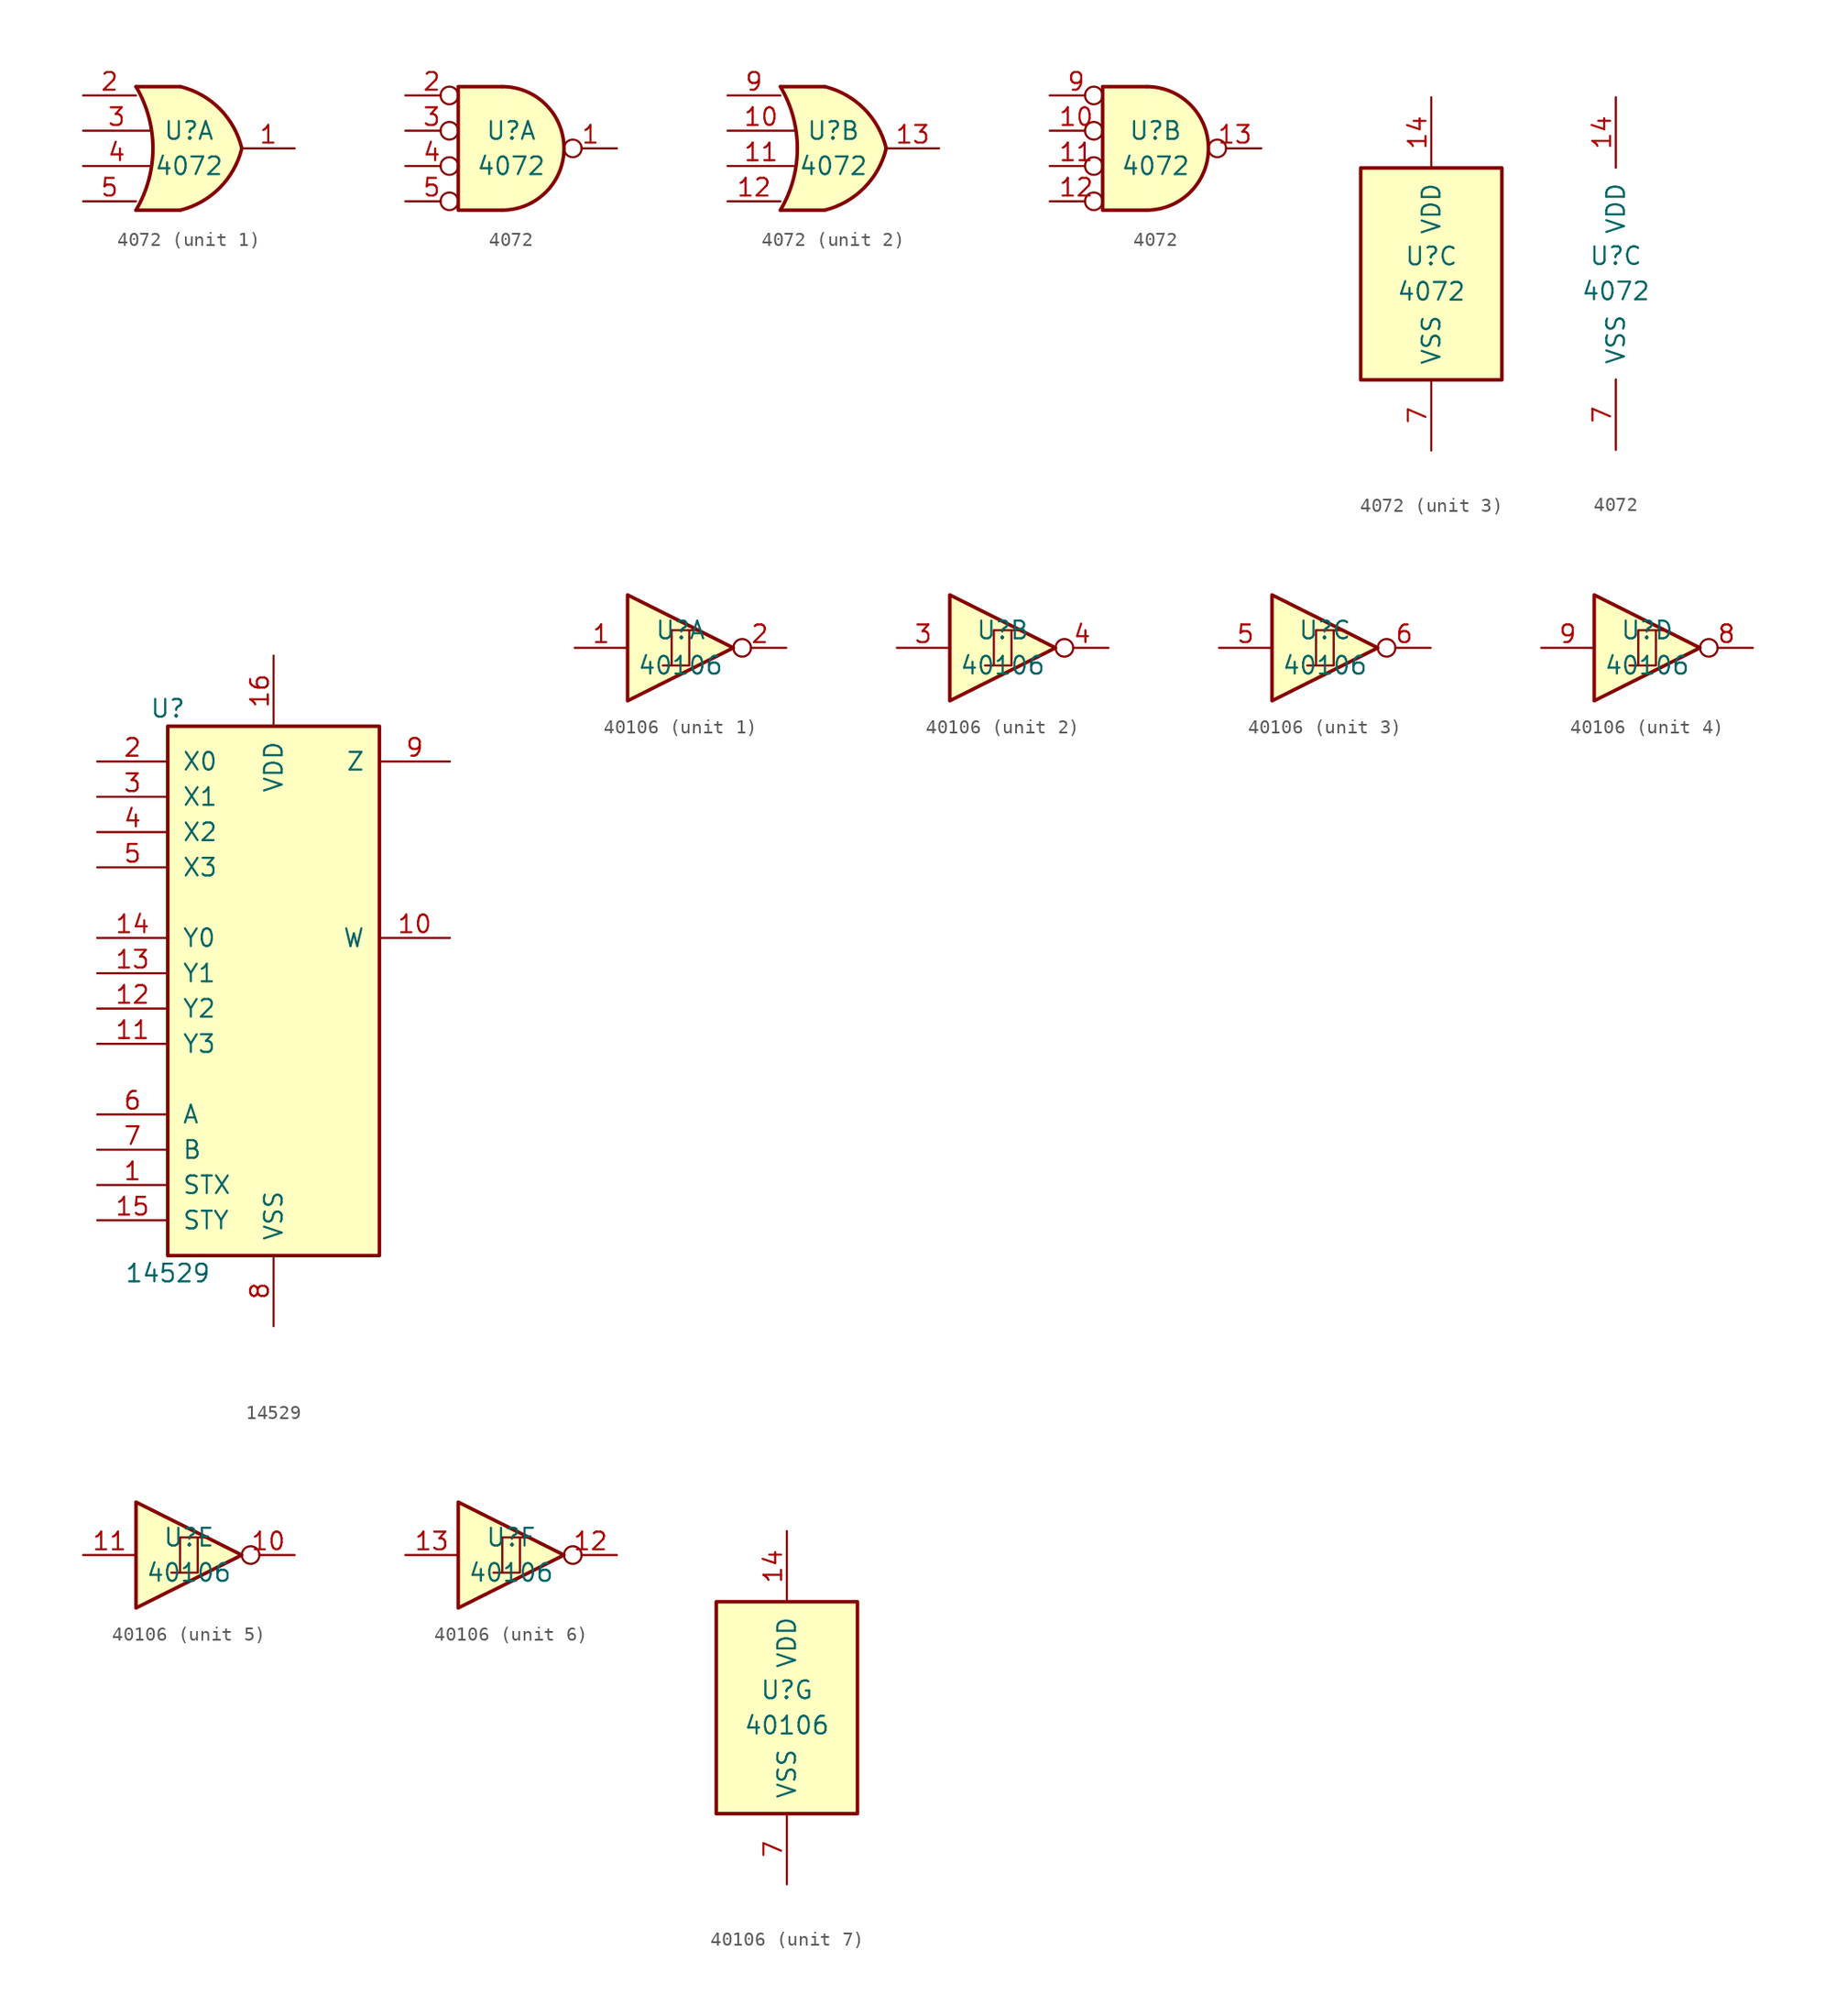
<source format=kicad_sym>
(kicad_symbol_lib
  (version 20200908)
  (generator kicad_symbol_editor)
  (symbol "4xxx:4072"
    (pin_names
      (offset 1.016))
    (property "Reference" "U"
      (at 0 1.27 0)
      (effects (font (size 1.27 1.27))))
    (property "Value" "4072"
      (at 0 -1.27 0)
      (effects (font (size 1.27 1.27))))
    (property "ki_locked" ""
      (at 0 0 0)
      (effects (font (size 1.27 1.27))))
    (symbol "4072_1_1"
      (arc (start -3.81 4.445) (end -3.81 -4.445) (radius (at -11.303 0) (length 8.7122) (angles 30.6 -30.6)) (stroke (width 0.254)) (fill (type none)))
      (arc (start 3.81 0) (end -0.6096 4.445) (radius (at -2.0574 -1.4224) (length 6.0452) (angles 13.7 76.8)) (stroke (width 0.254)) (fill (type background)))
      (arc (start 3.81 0) (end -0.6096 -4.445) (radius (at -2.0574 1.4224) (length 6.0452) (angles -13.7 -76.8)) (stroke (width 0.254)) (fill (type background)))
      (polyline (pts (xy -3.81 -4.445) (xy -0.635 -4.445)) (stroke (width 0.254)) (fill (type background)))
      (polyline (pts (xy -3.81 4.445) (xy -0.635 4.445)) (stroke (width 0.254)) (fill (type background)))
      (polyline (pts (xy -0.635 4.445) (xy -3.81 4.445) (xy -3.81 4.445) (xy -3.632 4.089) (xy -3.099 2.921) (xy -2.769 1.676) (xy -2.616 0.432) (xy -2.642 -0.864) (xy -2.87 -2.108) (xy -3.251 -3.327) (xy -3.81 -4.445) (xy -3.81 -4.445) (xy -0.635 -4.445)) (stroke (width -25.4)) (fill (type background)))
      (pin output line (at 7.62 0 180) (length 3.81) (name "~" (effects (font (size 1.27 1.27)))) (number "1" (effects (font (size 1.27 1.27)))))
      (pin input line (at -7.62 3.81 0) (length 3.81) (name "~" (effects (font (size 1.27 1.27)))) (number "2" (effects (font (size 1.27 1.27)))))
      (pin input line (at -7.62 1.27 0) (length 4.826) (name "~" (effects (font (size 1.27 1.27)))) (number "3" (effects (font (size 1.27 1.27)))))
      (pin input line (at -7.62 -1.27 0) (length 4.826) (name "~" (effects (font (size 1.27 1.27)))) (number "4" (effects (font (size 1.27 1.27)))))
      (pin input line (at -7.62 -3.81 0) (length 3.81) (name "~" (effects (font (size 1.27 1.27)))) (number "5" (effects (font (size 1.27 1.27))))))
    (symbol "4072_2_1"
      (arc (start -3.81 4.445) (end -3.81 -4.445) (radius (at -11.303 0) (length 8.7122) (angles 30.6 -30.6)) (stroke (width 0.254)) (fill (type none)))
      (arc (start 3.81 0) (end -0.6096 4.445) (radius (at -2.0574 -1.4224) (length 6.0452) (angles 13.7 76.8)) (stroke (width 0.254)) (fill (type background)))
      (arc (start 3.81 0) (end -0.6096 -4.445) (radius (at -2.0574 1.4224) (length 6.0452) (angles -13.7 -76.8)) (stroke (width 0.254)) (fill (type background)))
      (polyline (pts (xy -3.81 -4.445) (xy -0.635 -4.445)) (stroke (width 0.254)) (fill (type background)))
      (polyline (pts (xy -3.81 4.445) (xy -0.635 4.445)) (stroke (width 0.254)) (fill (type background)))
      (polyline (pts (xy -0.635 4.445) (xy -3.81 4.445) (xy -3.81 4.445) (xy -3.632 4.089) (xy -3.099 2.921) (xy -2.769 1.676) (xy -2.616 0.432) (xy -2.642 -0.864) (xy -2.87 -2.108) (xy -3.251 -3.327) (xy -3.81 -4.445) (xy -3.81 -4.445) (xy -0.635 -4.445)) (stroke (width -25.4)) (fill (type background)))
      (pin input line (at -7.62 1.27 0) (length 4.826) (name "~" (effects (font (size 1.27 1.27)))) (number "10" (effects (font (size 1.27 1.27)))))
      (pin input line (at -7.62 -1.27 0) (length 4.826) (name "~" (effects (font (size 1.27 1.27)))) (number "11" (effects (font (size 1.27 1.27)))))
      (pin input line (at -7.62 -3.81 0) (length 3.81) (name "~" (effects (font (size 1.27 1.27)))) (number "12" (effects (font (size 1.27 1.27)))))
      (pin output line (at 7.62 0 180) (length 3.81) (name "~" (effects (font (size 1.27 1.27)))) (number "13" (effects (font (size 1.27 1.27)))))
      (pin input line (at -7.62 3.81 0) (length 3.81) (name "~" (effects (font (size 1.27 1.27)))) (number "9" (effects (font (size 1.27 1.27))))))
    (symbol "4072_1_2"
      (arc (start -0.635 -4.445) (end -0.635 4.445) (radius (at -0.635 0) (length 4.445) (angles -89.9 89.9)) (stroke (width 0.254)) (fill (type background)))
      (polyline (pts (xy -0.635 4.445) (xy -3.81 4.445) (xy -3.81 -4.445) (xy -0.635 -4.445)) (stroke (width 0.254)) (fill (type background)))
      (pin output inverted (at 7.62 0 180) (length 3.81) (name "~" (effects (font (size 1.27 1.27)))) (number "1" (effects (font (size 1.27 1.27)))))
      (pin input inverted (at -7.62 3.81 0) (length 3.81) (name "~" (effects (font (size 1.27 1.27)))) (number "2" (effects (font (size 1.27 1.27)))))
      (pin input inverted (at -7.62 1.27 0) (length 3.81) (name "~" (effects (font (size 1.27 1.27)))) (number "3" (effects (font (size 1.27 1.27)))))
      (pin input inverted (at -7.62 -1.27 0) (length 3.81) (name "~" (effects (font (size 1.27 1.27)))) (number "4" (effects (font (size 1.27 1.27)))))
      (pin input inverted (at -7.62 -3.81 0) (length 3.81) (name "~" (effects (font (size 1.27 1.27)))) (number "5" (effects (font (size 1.27 1.27))))))
    (symbol "4072_2_2"
      (arc (start -0.635 -4.445) (end -0.635 4.445) (radius (at -0.635 0) (length 4.445) (angles -89.9 89.9)) (stroke (width 0.254)) (fill (type background)))
      (polyline (pts (xy -0.635 4.445) (xy -3.81 4.445) (xy -3.81 -4.445) (xy -0.635 -4.445)) (stroke (width 0.254)) (fill (type background)))
      (pin input inverted (at -7.62 1.27 0) (length 3.81) (name "~" (effects (font (size 1.27 1.27)))) (number "10" (effects (font (size 1.27 1.27)))))
      (pin input inverted (at -7.62 -1.27 0) (length 3.81) (name "~" (effects (font (size 1.27 1.27)))) (number "11" (effects (font (size 1.27 1.27)))))
      (pin input inverted (at -7.62 -3.81 0) (length 3.81) (name "~" (effects (font (size 1.27 1.27)))) (number "12" (effects (font (size 1.27 1.27)))))
      (pin output inverted (at 7.62 0 180) (length 3.81) (name "~" (effects (font (size 1.27 1.27)))) (number "13" (effects (font (size 1.27 1.27)))))
      (pin input inverted (at -7.62 3.81 0) (length 3.81) (name "~" (effects (font (size 1.27 1.27)))) (number "9" (effects (font (size 1.27 1.27))))))
    (symbol "4072_3_1"
      (rectangle (start -5.08 7.62) (end 5.08 -7.62) (stroke (width 0.254)) (fill (type background))))
    (symbol "4072_3_0"
      (pin power_in line (at 0 12.7 270) (length 5.08) (name "VDD" (effects (font (size 1.27 1.27)))) (number "14" (effects (font (size 1.27 1.27)))))
      (pin power_in line (at 0 -12.7 90) (length 5.08) (name "VSS" (effects (font (size 1.27 1.27)))) (number "7" (effects (font (size 1.27 1.27)))))))
  (symbol "4xxx:14529"
    (pin_names
      (offset 1.016))
    (property "Reference" "U"
      (at -7.62 19.05 0)
      (effects (font (size 1.27 1.27))))
    (property "Value" "14529"
      (at -7.62 -21.59 0)
      (effects (font (size 1.27 1.27))))
    (property "ki_locked" ""
      (at 0 0 0)
      (effects (font (size 1.27 1.27))))
    (symbol "14529_1_1"
      (rectangle (start -7.62 17.78) (end 7.62 -20.32) (stroke (width 0.254)) (fill (type background))))
    (symbol "14529_1_0"
      (pin input line (at -12.7 -15.24 0) (length 5.08) (name "STX" (effects (font (size 1.27 1.27)))) (number "1" (effects (font (size 1.27 1.27)))))
      (pin tri_state line (at 12.7 2.54 180) (length 5.08) (name "W" (effects (font (size 1.27 1.27)))) (number "10" (effects (font (size 1.27 1.27)))))
      (pin input line (at -12.7 -5.08 0) (length 5.08) (name "Y3" (effects (font (size 1.27 1.27)))) (number "11" (effects (font (size 1.27 1.27)))))
      (pin input line (at -12.7 -2.54 0) (length 5.08) (name "Y2" (effects (font (size 1.27 1.27)))) (number "12" (effects (font (size 1.27 1.27)))))
      (pin input line (at -12.7 0 0) (length 5.08) (name "Y1" (effects (font (size 1.27 1.27)))) (number "13" (effects (font (size 1.27 1.27)))))
      (pin input line (at -12.7 2.54 0) (length 5.08) (name "Y0" (effects (font (size 1.27 1.27)))) (number "14" (effects (font (size 1.27 1.27)))))
      (pin input line (at -12.7 -17.78 0) (length 5.08) (name "STY" (effects (font (size 1.27 1.27)))) (number "15" (effects (font (size 1.27 1.27)))))
      (pin power_in line (at 0 22.86 270) (length 5.08) (name "VDD" (effects (font (size 1.27 1.27)))) (number "16" (effects (font (size 1.27 1.27)))))
      (pin input line (at -12.7 15.24 0) (length 5.08) (name "X0" (effects (font (size 1.27 1.27)))) (number "2" (effects (font (size 1.27 1.27)))))
      (pin input line (at -12.7 12.7 0) (length 5.08) (name "X1" (effects (font (size 1.27 1.27)))) (number "3" (effects (font (size 1.27 1.27)))))
      (pin input line (at -12.7 10.16 0) (length 5.08) (name "X2" (effects (font (size 1.27 1.27)))) (number "4" (effects (font (size 1.27 1.27)))))
      (pin input line (at -12.7 7.62 0) (length 5.08) (name "X3" (effects (font (size 1.27 1.27)))) (number "5" (effects (font (size 1.27 1.27)))))
      (pin input line (at -12.7 -10.16 0) (length 5.08) (name "A" (effects (font (size 1.27 1.27)))) (number "6" (effects (font (size 1.27 1.27)))))
      (pin input line (at -12.7 -12.7 0) (length 5.08) (name "B" (effects (font (size 1.27 1.27)))) (number "7" (effects (font (size 1.27 1.27)))))
      (pin power_in line (at 0 -25.4 90) (length 5.08) (name "VSS" (effects (font (size 1.27 1.27)))) (number "8" (effects (font (size 1.27 1.27)))))
      (pin tri_state line (at 12.7 15.24 180) (length 5.08) (name "Z" (effects (font (size 1.27 1.27)))) (number "9" (effects (font (size 1.27 1.27)))))))
  (symbol "4xxx:40106"
    (pin_names
      (offset 1.016))
    (property "Reference" "U"
      (at 0 1.27 0)
      (effects (font (size 1.27 1.27))))
    (property "Value" "40106"
      (at 0 -1.27 0)
      (effects (font (size 1.27 1.27))))
    (property "ki_locked" ""
      (at 0 0 0)
      (effects (font (size 1.27 1.27))))
    (symbol "40106_7_1"
      (rectangle (start -5.08 7.62) (end 5.08 -7.62) (stroke (width 0.254)) (fill (type background))))
    (symbol "40106_1_0"
      (polyline (pts (xy -0.635 -1.27) (xy -0.635 1.27) (xy 0.635 1.27)) (stroke (width 0)) (fill (type none)))
      (polyline (pts (xy -3.81 3.81) (xy -3.81 -3.81) (xy 3.81 0) (xy -3.81 3.81)) (stroke (width 0.254)) (fill (type background)))
      (polyline (pts (xy -1.27 -1.27) (xy 0.635 -1.27) (xy 0.635 1.27) (xy 1.27 1.27)) (stroke (width 0)) (fill (type none)))
      (pin input line (at -7.62 0 0) (length 3.81) (name "~" (effects (font (size 1.27 1.27)))) (number "1" (effects (font (size 1.27 1.27)))))
      (pin output inverted (at 7.62 0 180) (length 3.81) (name "~" (effects (font (size 1.27 1.27)))) (number "2" (effects (font (size 1.27 1.27))))))
    (symbol "40106_2_0"
      (polyline (pts (xy -0.635 -1.27) (xy -0.635 1.27) (xy 0.635 1.27)) (stroke (width 0)) (fill (type none)))
      (polyline (pts (xy -3.81 3.81) (xy -3.81 -3.81) (xy 3.81 0) (xy -3.81 3.81)) (stroke (width 0.254)) (fill (type background)))
      (polyline (pts (xy -1.27 -1.27) (xy 0.635 -1.27) (xy 0.635 1.27) (xy 1.27 1.27)) (stroke (width 0)) (fill (type none)))
      (pin input line (at -7.62 0 0) (length 3.81) (name "~" (effects (font (size 1.27 1.27)))) (number "3" (effects (font (size 1.27 1.27)))))
      (pin output inverted (at 7.62 0 180) (length 3.81) (name "~" (effects (font (size 1.27 1.27)))) (number "4" (effects (font (size 1.27 1.27))))))
    (symbol "40106_3_0"
      (polyline (pts (xy -0.635 -1.27) (xy -0.635 1.27) (xy 0.635 1.27)) (stroke (width 0)) (fill (type none)))
      (polyline (pts (xy -3.81 3.81) (xy -3.81 -3.81) (xy 3.81 0) (xy -3.81 3.81)) (stroke (width 0.254)) (fill (type background)))
      (polyline (pts (xy -1.27 -1.27) (xy 0.635 -1.27) (xy 0.635 1.27) (xy 1.27 1.27)) (stroke (width 0)) (fill (type none)))
      (pin input line (at -7.62 0 0) (length 3.81) (name "~" (effects (font (size 1.27 1.27)))) (number "5" (effects (font (size 1.27 1.27)))))
      (pin output inverted (at 7.62 0 180) (length 3.81) (name "~" (effects (font (size 1.27 1.27)))) (number "6" (effects (font (size 1.27 1.27))))))
    (symbol "40106_4_0"
      (polyline (pts (xy -0.635 -1.27) (xy -0.635 1.27) (xy 0.635 1.27)) (stroke (width 0)) (fill (type none)))
      (polyline (pts (xy -3.81 3.81) (xy -3.81 -3.81) (xy 3.81 0) (xy -3.81 3.81)) (stroke (width 0.254)) (fill (type background)))
      (polyline (pts (xy -1.27 -1.27) (xy 0.635 -1.27) (xy 0.635 1.27) (xy 1.27 1.27)) (stroke (width 0)) (fill (type none)))
      (pin output inverted (at 7.62 0 180) (length 3.81) (name "~" (effects (font (size 1.27 1.27)))) (number "8" (effects (font (size 1.27 1.27)))))
      (pin input line (at -7.62 0 0) (length 3.81) (name "~" (effects (font (size 1.27 1.27)))) (number "9" (effects (font (size 1.27 1.27))))))
    (symbol "40106_5_0"
      (polyline (pts (xy -0.635 -1.27) (xy -0.635 1.27) (xy 0.635 1.27)) (stroke (width 0)) (fill (type none)))
      (polyline (pts (xy -3.81 3.81) (xy -3.81 -3.81) (xy 3.81 0) (xy -3.81 3.81)) (stroke (width 0.254)) (fill (type background)))
      (polyline (pts (xy -1.27 -1.27) (xy 0.635 -1.27) (xy 0.635 1.27) (xy 1.27 1.27)) (stroke (width 0)) (fill (type none)))
      (pin output inverted (at 7.62 0 180) (length 3.81) (name "~" (effects (font (size 1.27 1.27)))) (number "10" (effects (font (size 1.27 1.27)))))
      (pin input line (at -7.62 0 0) (length 3.81) (name "~" (effects (font (size 1.27 1.27)))) (number "11" (effects (font (size 1.27 1.27))))))
    (symbol "40106_6_0"
      (polyline (pts (xy -0.635 -1.27) (xy -0.635 1.27) (xy 0.635 1.27)) (stroke (width 0)) (fill (type none)))
      (polyline (pts (xy -3.81 3.81) (xy -3.81 -3.81) (xy 3.81 0) (xy -3.81 3.81)) (stroke (width 0.254)) (fill (type background)))
      (polyline (pts (xy -1.27 -1.27) (xy 0.635 -1.27) (xy 0.635 1.27) (xy 1.27 1.27)) (stroke (width 0)) (fill (type none)))
      (pin output inverted (at 7.62 0 180) (length 3.81) (name "~" (effects (font (size 1.27 1.27)))) (number "12" (effects (font (size 1.27 1.27)))))
      (pin input line (at -7.62 0 0) (length 3.81) (name "~" (effects (font (size 1.27 1.27)))) (number "13" (effects (font (size 1.27 1.27))))))
    (symbol "40106_7_0"
      (pin power_in line (at 0 12.7 270) (length 5.08) (name "VDD" (effects (font (size 1.27 1.27)))) (number "14" (effects (font (size 1.27 1.27)))))
      (pin power_in line (at 0 -12.7 90) (length 5.08) (name "VSS" (effects (font (size 1.27 1.27)))) (number "7" (effects (font (size 1.27 1.27))))))))
</source>
